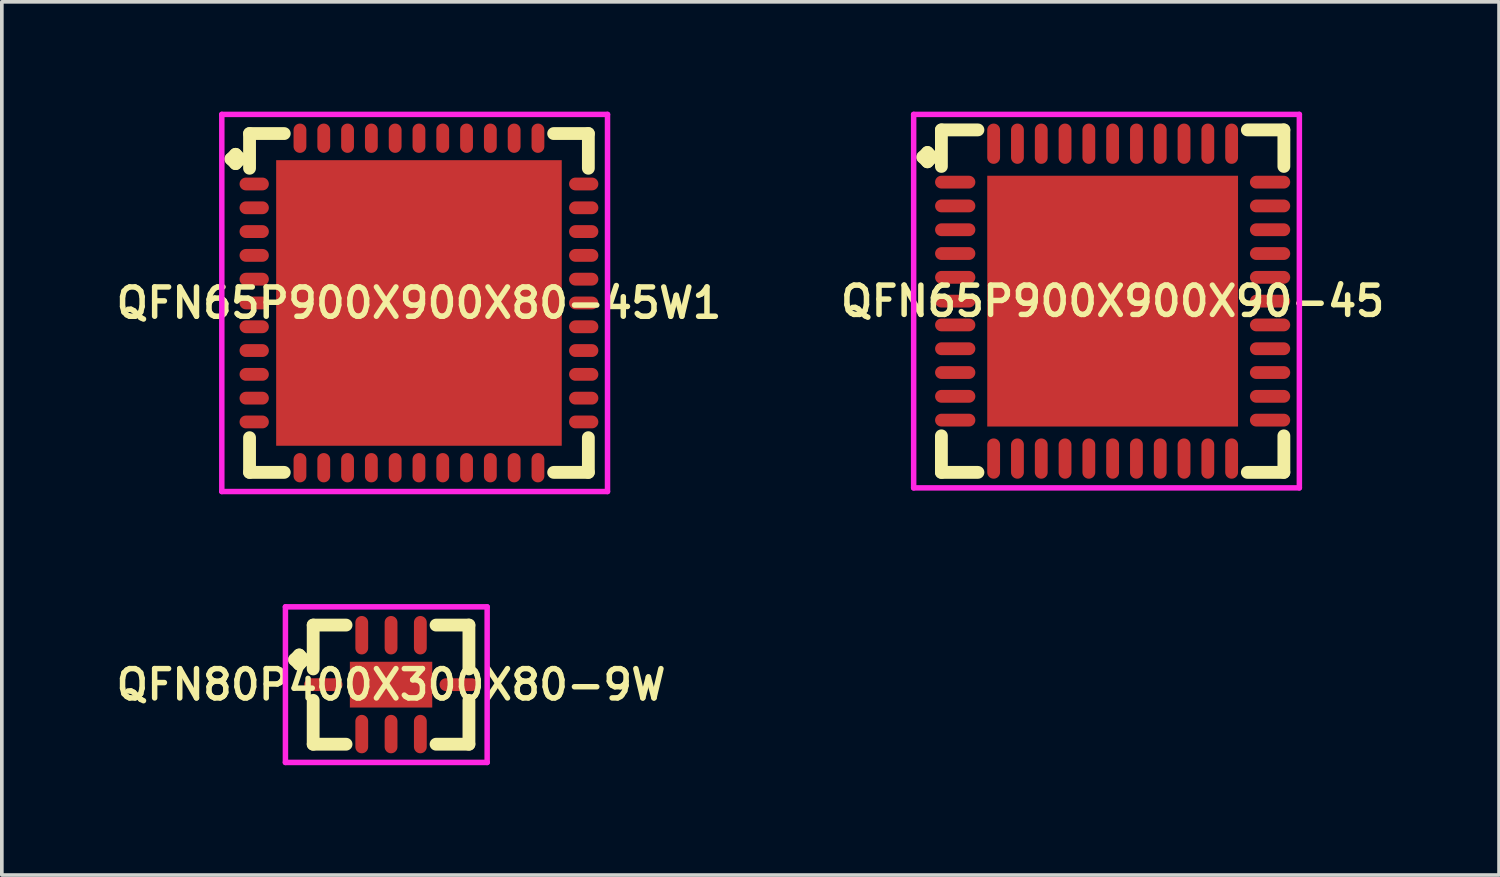
<source format=kicad_pcb>
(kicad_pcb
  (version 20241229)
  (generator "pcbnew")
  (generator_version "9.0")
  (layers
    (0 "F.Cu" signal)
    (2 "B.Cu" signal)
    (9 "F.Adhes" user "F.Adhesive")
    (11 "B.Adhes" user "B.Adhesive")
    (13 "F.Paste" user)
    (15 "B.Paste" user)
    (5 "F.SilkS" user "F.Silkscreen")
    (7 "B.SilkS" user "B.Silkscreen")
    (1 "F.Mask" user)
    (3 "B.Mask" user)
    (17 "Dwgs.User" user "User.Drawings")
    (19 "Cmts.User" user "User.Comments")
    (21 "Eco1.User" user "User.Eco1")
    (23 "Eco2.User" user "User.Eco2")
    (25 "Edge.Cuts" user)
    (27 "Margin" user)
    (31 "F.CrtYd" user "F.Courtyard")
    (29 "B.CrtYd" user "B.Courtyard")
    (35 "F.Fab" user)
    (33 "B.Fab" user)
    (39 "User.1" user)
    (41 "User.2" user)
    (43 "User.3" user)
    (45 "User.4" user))
  (footprint "QFN65P900X900X90-45"
    (layer "F.Cu")
    (at 27.34 5.175)
    (property "Reference" "QFN65P900X900X90-45" (at 0 0 0) (layer "F.SilkS") (effects (font (size 0.8 0.8) (thickness 0.15))))
    (attr smd)
    (fp_line (start -5.185 -3.933) (end -5.058 -4.06) (stroke (width 0.35) (type solid)) (layer "F.SilkS"))
    (fp_line (start -5.058 -4.06) (end -4.931 -3.933) (stroke (width 0.35) (type solid)) (layer "F.SilkS"))
    (fp_line (start -5.058 -3.806) (end -5.185 -3.933) (stroke (width 0.35) (type solid)) (layer "F.SilkS"))
    (fp_line (start -4.931 -3.933) (end -5.058 -3.806) (stroke (width 0.35) (type solid)) (layer "F.SilkS"))
    (fp_line (start -4.677 -4.677) (end -3.679 -4.677) (stroke (width 0.35) (type solid)) (layer "F.SilkS"))
    (fp_line (start -4.677 -3.679) (end -4.677 -4.677) (stroke (width 0.35) (type solid)) (layer "F.SilkS"))
    (fp_line (start -4.677 3.679) (end -4.677 4.677) (stroke (width 0.35) (type solid)) (layer "F.SilkS"))
    (fp_line (start -4.677 4.677) (end -3.679 4.677) (stroke (width 0.35) (type solid)) (layer "F.SilkS"))
    (fp_line (start 3.679 -4.677) (end 4.677 -4.677) (stroke (width 0.35) (type solid)) (layer "F.SilkS"))
    (fp_line (start 3.679 4.677) (end 4.677 4.677) (stroke (width 0.35) (type solid)) (layer "F.SilkS"))
    (fp_line (start 4.677 -4.677) (end 4.677 -3.679) (stroke (width 0.35) (type solid)) (layer "F.SilkS"))
    (fp_line (start 4.677 4.677) (end 4.677 3.679) (stroke (width 0.35) (type solid)) (layer "F.SilkS"))
    (fp_line (start -5.435 -5.1) (end 5.1 -5.1) (stroke (width 0.15) (type solid)) (layer "F.CrtYd"))
    (fp_line (start -5.435 5.1) (end -5.435 -5.1) (stroke (width 0.15) (type solid)) (layer "F.CrtYd"))
    (fp_line (start 5.1 -5.1) (end 5.1 5.1) (stroke (width 0.15) (type solid)) (layer "F.CrtYd"))
    (fp_line (start 5.1 5.1) (end -5.435 5.1) (stroke (width 0.15) (type solid)) (layer "F.CrtYd"))
    (pad "1" smd oval (at -4.3 -3.25) (size 1.1 0.35) (layers "F.Cu" "F.Mask" "F.Paste"))
    (pad "2" smd oval (at -4.3 -2.6) (size 1.1 0.35) (layers "F.Cu" "F.Mask" "F.Paste"))
    (pad "3" smd oval (at -4.3 -1.95) (size 1.1 0.35) (layers "F.Cu" "F.Mask" "F.Paste"))
    (pad "4" smd oval (at -4.3 -1.3) (size 1.1 0.35) (layers "F.Cu" "F.Mask" "F.Paste"))
    (pad "5" smd oval (at -4.3 -0.65) (size 1.1 0.35) (layers "F.Cu" "F.Mask" "F.Paste"))
    (pad "6" smd oval (at -4.3 0) (size 1.1 0.35) (layers "F.Cu" "F.Mask" "F.Paste"))
    (pad "7" smd oval (at -4.3 0.65) (size 1.1 0.35) (layers "F.Cu" "F.Mask" "F.Paste"))
    (pad "8" smd oval (at -4.3 1.3) (size 1.1 0.35) (layers "F.Cu" "F.Mask" "F.Paste"))
    (pad "9" smd oval (at -4.3 1.95) (size 1.1 0.35) (layers "F.Cu" "F.Mask" "F.Paste"))
    (pad "10" smd oval (at -4.3 2.6) (size 1.1 0.35) (layers "F.Cu" "F.Mask" "F.Paste"))
    (pad "11" smd oval (at -4.3 3.25) (size 1.1 0.35) (layers "F.Cu" "F.Mask" "F.Paste"))
    (pad "12" smd oval (at -3.25 4.3) (size 0.35 1.1) (layers "F.Cu" "F.Mask" "F.Paste"))
    (pad "13" smd oval (at -2.6 4.3) (size 0.35 1.1) (layers "F.Cu" "F.Mask" "F.Paste"))
    (pad "14" smd oval (at -1.95 4.3) (size 0.35 1.1) (layers "F.Cu" "F.Mask" "F.Paste"))
    (pad "15" smd oval (at -1.3 4.3) (size 0.35 1.1) (layers "F.Cu" "F.Mask" "F.Paste"))
    (pad "16" smd oval (at -0.65 4.3) (size 0.35 1.1) (layers "F.Cu" "F.Mask" "F.Paste"))
    (pad "17" smd oval (at 0 4.3) (size 0.35 1.1) (layers "F.Cu" "F.Mask" "F.Paste"))
    (pad "18" smd oval (at 0.65 4.3) (size 0.35 1.1) (layers "F.Cu" "F.Mask" "F.Paste"))
    (pad "19" smd oval (at 1.3 4.3) (size 0.35 1.1) (layers "F.Cu" "F.Mask" "F.Paste"))
    (pad "20" smd oval (at 1.95 4.3) (size 0.35 1.1) (layers "F.Cu" "F.Mask" "F.Paste"))
    (pad "21" smd oval (at 2.6 4.3) (size 0.35 1.1) (layers "F.Cu" "F.Mask" "F.Paste"))
    (pad "22" smd oval (at 3.25 4.3) (size 0.35 1.1) (layers "F.Cu" "F.Mask" "F.Paste"))
    (pad "23" smd oval (at 4.3 3.25) (size 1.1 0.35) (layers "F.Cu" "F.Mask" "F.Paste"))
    (pad "24" smd oval (at 4.3 2.6) (size 1.1 0.35) (layers "F.Cu" "F.Mask" "F.Paste"))
    (pad "25" smd oval (at 4.3 1.95) (size 1.1 0.35) (layers "F.Cu" "F.Mask" "F.Paste"))
    (pad "26" smd oval (at 4.3 1.3) (size 1.1 0.35) (layers "F.Cu" "F.Mask" "F.Paste"))
    (pad "27" smd oval (at 4.3 0.65) (size 1.1 0.35) (layers "F.Cu" "F.Mask" "F.Paste"))
    (pad "28" smd oval (at 4.3 0) (size 1.1 0.35) (layers "F.Cu" "F.Mask" "F.Paste"))
    (pad "29" smd oval (at 4.3 -0.65) (size 1.1 0.35) (layers "F.Cu" "F.Mask" "F.Paste"))
    (pad "30" smd oval (at 4.3 -1.3) (size 1.1 0.35) (layers "F.Cu" "F.Mask" "F.Paste"))
    (pad "31" smd oval (at 4.3 -1.95) (size 1.1 0.35) (layers "F.Cu" "F.Mask" "F.Paste"))
    (pad "32" smd oval (at 4.3 -2.6) (size 1.1 0.35) (layers "F.Cu" "F.Mask" "F.Paste"))
    (pad "33" smd oval (at 4.3 -3.25) (size 1.1 0.35) (layers "F.Cu" "F.Mask" "F.Paste"))
    (pad "34" smd oval (at 3.25 -4.3) (size 0.35 1.1) (layers "F.Cu" "F.Mask" "F.Paste"))
    (pad "35" smd oval (at 2.6 -4.3) (size 0.35 1.1) (layers "F.Cu" "F.Mask" "F.Paste"))
    (pad "36" smd oval (at 1.95 -4.3) (size 0.35 1.1) (layers "F.Cu" "F.Mask" "F.Paste"))
    (pad "37" smd oval (at 1.3 -4.3) (size 0.35 1.1) (layers "F.Cu" "F.Mask" "F.Paste"))
    (pad "38" smd oval (at 0.65 -4.3) (size 0.35 1.1) (layers "F.Cu" "F.Mask" "F.Paste"))
    (pad "39" smd oval (at 0 -4.3) (size 0.35 1.1) (layers "F.Cu" "F.Mask" "F.Paste"))
    (pad "40" smd oval (at -0.65 -4.3) (size 0.35 1.1) (layers "F.Cu" "F.Mask" "F.Paste"))
    (pad "41" smd oval (at -1.3 -4.3) (size 0.35 1.1) (layers "F.Cu" "F.Mask" "F.Paste"))
    (pad "42" smd oval (at -1.95 -4.3) (size 0.35 1.1) (layers "F.Cu" "F.Mask" "F.Paste"))
    (pad "43" smd oval (at -2.6 -4.3) (size 0.35 1.1) (layers "F.Cu" "F.Mask" "F.Paste"))
    (pad "44" smd oval (at -3.25 -4.3) (size 0.35 1.1) (layers "F.Cu" "F.Mask" "F.Paste"))
    (pad "45" smd rect (at 0 0) (size 6.85 6.85) (layers "F.Cu" "F.Mask" "F.Paste")))
  (footprint "QFN80P400X300X80-9W"
    (layer "F.Cu")
    (at 7.631 15.65)
    (property "Reference" "QFN80P400X300X80-9W" (at 0 0 0) (layer "F.SilkS") (effects (font (size 0.8 0.8) (thickness 0.15))))
    (attr smd)
    (fp_line (start -2.635 -0.683) (end -2.508 -0.81) (stroke (width 0.35) (type solid)) (layer "F.SilkS"))
    (fp_line (start -2.508 -0.81) (end -2.381 -0.683) (stroke (width 0.35) (type solid)) (layer "F.SilkS"))
    (fp_line (start -2.508 -0.556) (end -2.635 -0.683) (stroke (width 0.35) (type solid)) (layer "F.SilkS"))
    (fp_line (start -2.381 -0.683) (end -2.508 -0.556) (stroke (width 0.35) (type solid)) (layer "F.SilkS"))
    (fp_line (start -2.127 -1.627) (end -1.229 -1.627) (stroke (width 0.35) (type solid)) (layer "F.SilkS"))
    (fp_line (start -2.127 -0.429) (end -2.127 -1.627) (stroke (width 0.35) (type solid)) (layer "F.SilkS"))
    (fp_line (start -2.127 0.429) (end -2.127 1.627) (stroke (width 0.35) (type solid)) (layer "F.SilkS"))
    (fp_line (start -2.127 1.627) (end -1.229 1.627) (stroke (width 0.35) (type solid)) (layer "F.SilkS"))
    (fp_line (start 1.229 -1.627) (end 2.127 -1.627) (stroke (width 0.35) (type solid)) (layer "F.SilkS"))
    (fp_line (start 1.229 1.627) (end 2.127 1.627) (stroke (width 0.35) (type solid)) (layer "F.SilkS"))
    (fp_line (start 2.127 -1.627) (end 2.127 -0.429) (stroke (width 0.35) (type solid)) (layer "F.SilkS"))
    (fp_line (start 2.127 1.627) (end 2.127 0.429) (stroke (width 0.35) (type solid)) (layer "F.SilkS"))
    (fp_line (start -2.885 -2.125) (end 2.625 -2.125) (stroke (width 0.15) (type solid)) (layer "F.CrtYd"))
    (fp_line (start -2.885 2.125) (end -2.885 -2.125) (stroke (width 0.15) (type solid)) (layer "F.CrtYd"))
    (fp_line (start 2.625 -2.125) (end 2.625 2.125) (stroke (width 0.15) (type solid)) (layer "F.CrtYd"))
    (fp_line (start 2.625 2.125) (end -2.885 2.125) (stroke (width 0.15) (type solid)) (layer "F.CrtYd"))
    (pad "1" smd oval (at -1.85 0) (size 1.05 0.35) (layers "F.Cu" "F.Mask" "F.Paste"))
    (pad "2" smd oval (at -0.8 1.35) (size 0.35 1.05) (layers "F.Cu" "F.Mask" "F.Paste"))
    (pad "3" smd oval (at 0 1.35) (size 0.35 1.05) (layers "F.Cu" "F.Mask" "F.Paste"))
    (pad "4" smd oval (at 0.8 1.35) (size 0.35 1.05) (layers "F.Cu" "F.Mask" "F.Paste"))
    (pad "5" smd oval (at 1.85 0) (size 1.05 0.35) (layers "F.Cu" "F.Mask" "F.Paste"))
    (pad "6" smd oval (at 0.8 -1.35) (size 0.35 1.05) (layers "F.Cu" "F.Mask" "F.Paste"))
    (pad "7" smd oval (at 0 -1.35) (size 0.35 1.05) (layers "F.Cu" "F.Mask" "F.Paste"))
    (pad "8" smd oval (at -0.8 -1.35) (size 0.35 1.05) (layers "F.Cu" "F.Mask" "F.Paste"))
    (pad "9" smd rect (at 0 0) (size 2.25 1.25) (layers "F.Cu" "F.Mask" "F.Paste")))
  (footprint "QFN65P900X900X80-45W1"
    (layer "F.Cu")
    (at 8.393 5.225)
    (property "Reference" "QFN65P900X900X80-45W1" (at 0 0 0) (layer "F.SilkS") (effects (font (size 0.8 0.8) (thickness 0.15))))
    (attr smd)
    (fp_line (start -5.135 -3.933) (end -5.008 -4.06) (stroke (width 0.35) (type solid)) (layer "F.SilkS"))
    (fp_line (start -5.008 -4.06) (end -4.881 -3.933) (stroke (width 0.35) (type solid)) (layer "F.SilkS"))
    (fp_line (start -5.008 -3.806) (end -5.135 -3.933) (stroke (width 0.35) (type solid)) (layer "F.SilkS"))
    (fp_line (start -4.881 -3.933) (end -5.008 -3.806) (stroke (width 0.35) (type solid)) (layer "F.SilkS"))
    (fp_line (start -4.627 -4.627) (end -3.679 -4.627) (stroke (width 0.35) (type solid)) (layer "F.SilkS"))
    (fp_line (start -4.627 -3.679) (end -4.627 -4.627) (stroke (width 0.35) (type solid)) (layer "F.SilkS"))
    (fp_line (start -4.627 3.679) (end -4.627 4.627) (stroke (width 0.35) (type solid)) (layer "F.SilkS"))
    (fp_line (start -4.627 4.627) (end -3.679 4.627) (stroke (width 0.35) (type solid)) (layer "F.SilkS"))
    (fp_line (start 3.679 -4.627) (end 4.627 -4.627) (stroke (width 0.35) (type solid)) (layer "F.SilkS"))
    (fp_line (start 3.679 4.627) (end 4.627 4.627) (stroke (width 0.35) (type solid)) (layer "F.SilkS"))
    (fp_line (start 4.627 -4.627) (end 4.627 -3.679) (stroke (width 0.35) (type solid)) (layer "F.SilkS"))
    (fp_line (start 4.627 4.627) (end 4.627 3.679) (stroke (width 0.35) (type solid)) (layer "F.SilkS"))
    (fp_line (start -5.385 -5.15) (end 5.15 -5.15) (stroke (width 0.15) (type solid)) (layer "F.CrtYd"))
    (fp_line (start -5.385 5.15) (end -5.385 -5.15) (stroke (width 0.15) (type solid)) (layer "F.CrtYd"))
    (fp_line (start 5.15 -5.15) (end 5.15 5.15) (stroke (width 0.15) (type solid)) (layer "F.CrtYd"))
    (fp_line (start 5.15 5.15) (end -5.385 5.15) (stroke (width 0.15) (type solid)) (layer "F.CrtYd"))
    (pad "1" smd oval (at -4.5 -3.25) (size 0.8 0.35) (layers "F.Cu" "F.Mask" "F.Paste"))
    (pad "2" smd oval (at -4.5 -2.6) (size 0.8 0.35) (layers "F.Cu" "F.Mask" "F.Paste"))
    (pad "3" smd oval (at -4.5 -1.95) (size 0.8 0.35) (layers "F.Cu" "F.Mask" "F.Paste"))
    (pad "4" smd oval (at -4.5 -1.3) (size 0.8 0.35) (layers "F.Cu" "F.Mask" "F.Paste"))
    (pad "5" smd oval (at -4.5 -0.65) (size 0.8 0.35) (layers "F.Cu" "F.Mask" "F.Paste"))
    (pad "6" smd oval (at -4.5 0) (size 0.8 0.35) (layers "F.Cu" "F.Mask" "F.Paste"))
    (pad "7" smd oval (at -4.5 0.65) (size 0.8 0.35) (layers "F.Cu" "F.Mask" "F.Paste"))
    (pad "8" smd oval (at -4.5 1.3) (size 0.8 0.35) (layers "F.Cu" "F.Mask" "F.Paste"))
    (pad "9" smd oval (at -4.5 1.95) (size 0.8 0.35) (layers "F.Cu" "F.Mask" "F.Paste"))
    (pad "10" smd oval (at -4.5 2.6) (size 0.8 0.35) (layers "F.Cu" "F.Mask" "F.Paste"))
    (pad "11" smd oval (at -4.5 3.25) (size 0.8 0.35) (layers "F.Cu" "F.Mask" "F.Paste"))
    (pad "12" smd oval (at -3.25 4.5) (size 0.35 0.8) (layers "F.Cu" "F.Mask" "F.Paste"))
    (pad "13" smd oval (at -2.6 4.5) (size 0.35 0.8) (layers "F.Cu" "F.Mask" "F.Paste"))
    (pad "14" smd oval (at -1.95 4.5) (size 0.35 0.8) (layers "F.Cu" "F.Mask" "F.Paste"))
    (pad "15" smd oval (at -1.3 4.5) (size 0.35 0.8) (layers "F.Cu" "F.Mask" "F.Paste"))
    (pad "16" smd oval (at -0.65 4.5) (size 0.35 0.8) (layers "F.Cu" "F.Mask" "F.Paste"))
    (pad "17" smd oval (at 0 4.5) (size 0.35 0.8) (layers "F.Cu" "F.Mask" "F.Paste"))
    (pad "18" smd oval (at 0.65 4.5) (size 0.35 0.8) (layers "F.Cu" "F.Mask" "F.Paste"))
    (pad "19" smd oval (at 1.3 4.5) (size 0.35 0.8) (layers "F.Cu" "F.Mask" "F.Paste"))
    (pad "20" smd oval (at 1.95 4.5) (size 0.35 0.8) (layers "F.Cu" "F.Mask" "F.Paste"))
    (pad "21" smd oval (at 2.6 4.5) (size 0.35 0.8) (layers "F.Cu" "F.Mask" "F.Paste"))
    (pad "22" smd oval (at 3.25 4.5) (size 0.35 0.8) (layers "F.Cu" "F.Mask" "F.Paste"))
    (pad "23" smd oval (at 4.5 3.25) (size 0.8 0.35) (layers "F.Cu" "F.Mask" "F.Paste"))
    (pad "24" smd oval (at 4.5 2.6) (size 0.8 0.35) (layers "F.Cu" "F.Mask" "F.Paste"))
    (pad "25" smd oval (at 4.5 1.95) (size 0.8 0.35) (layers "F.Cu" "F.Mask" "F.Paste"))
    (pad "26" smd oval (at 4.5 1.3) (size 0.8 0.35) (layers "F.Cu" "F.Mask" "F.Paste"))
    (pad "27" smd oval (at 4.5 0.65) (size 0.8 0.35) (layers "F.Cu" "F.Mask" "F.Paste"))
    (pad "28" smd oval (at 4.5 0) (size 0.8 0.35) (layers "F.Cu" "F.Mask" "F.Paste"))
    (pad "29" smd oval (at 4.5 -0.65) (size 0.8 0.35) (layers "F.Cu" "F.Mask" "F.Paste"))
    (pad "30" smd oval (at 4.5 -1.3) (size 0.8 0.35) (layers "F.Cu" "F.Mask" "F.Paste"))
    (pad "31" smd oval (at 4.5 -1.95) (size 0.8 0.35) (layers "F.Cu" "F.Mask" "F.Paste"))
    (pad "32" smd oval (at 4.5 -2.6) (size 0.8 0.35) (layers "F.Cu" "F.Mask" "F.Paste"))
    (pad "33" smd oval (at 4.5 -3.25) (size 0.8 0.35) (layers "F.Cu" "F.Mask" "F.Paste"))
    (pad "34" smd oval (at 3.25 -4.5) (size 0.35 0.8) (layers "F.Cu" "F.Mask" "F.Paste"))
    (pad "35" smd oval (at 2.6 -4.5) (size 0.35 0.8) (layers "F.Cu" "F.Mask" "F.Paste"))
    (pad "36" smd oval (at 1.95 -4.5) (size 0.35 0.8) (layers "F.Cu" "F.Mask" "F.Paste"))
    (pad "37" smd oval (at 1.3 -4.5) (size 0.35 0.8) (layers "F.Cu" "F.Mask" "F.Paste"))
    (pad "38" smd oval (at 0.65 -4.5) (size 0.35 0.8) (layers "F.Cu" "F.Mask" "F.Paste"))
    (pad "39" smd oval (at 0 -4.5) (size 0.35 0.8) (layers "F.Cu" "F.Mask" "F.Paste"))
    (pad "40" smd oval (at -0.65 -4.5) (size 0.35 0.8) (layers "F.Cu" "F.Mask" "F.Paste"))
    (pad "41" smd oval (at -1.3 -4.5) (size 0.35 0.8) (layers "F.Cu" "F.Mask" "F.Paste"))
    (pad "42" smd oval (at -1.95 -4.5) (size 0.35 0.8) (layers "F.Cu" "F.Mask" "F.Paste"))
    (pad "43" smd oval (at -2.6 -4.5) (size 0.35 0.8) (layers "F.Cu" "F.Mask" "F.Paste"))
    (pad "44" smd oval (at -3.25 -4.5) (size 0.35 0.8) (layers "F.Cu" "F.Mask" "F.Paste"))
    (pad "45" smd rect (at 0 0) (size 7.8 7.8) (layers "F.Cu" "F.Mask" "F.Paste")))
  (gr_rect
    (start -3 -3)
    (end 37.894 20.85)
    (stroke (width 0.1) (type default))
    (fill no)
    (layer "Edge.Cuts")))
</source>
